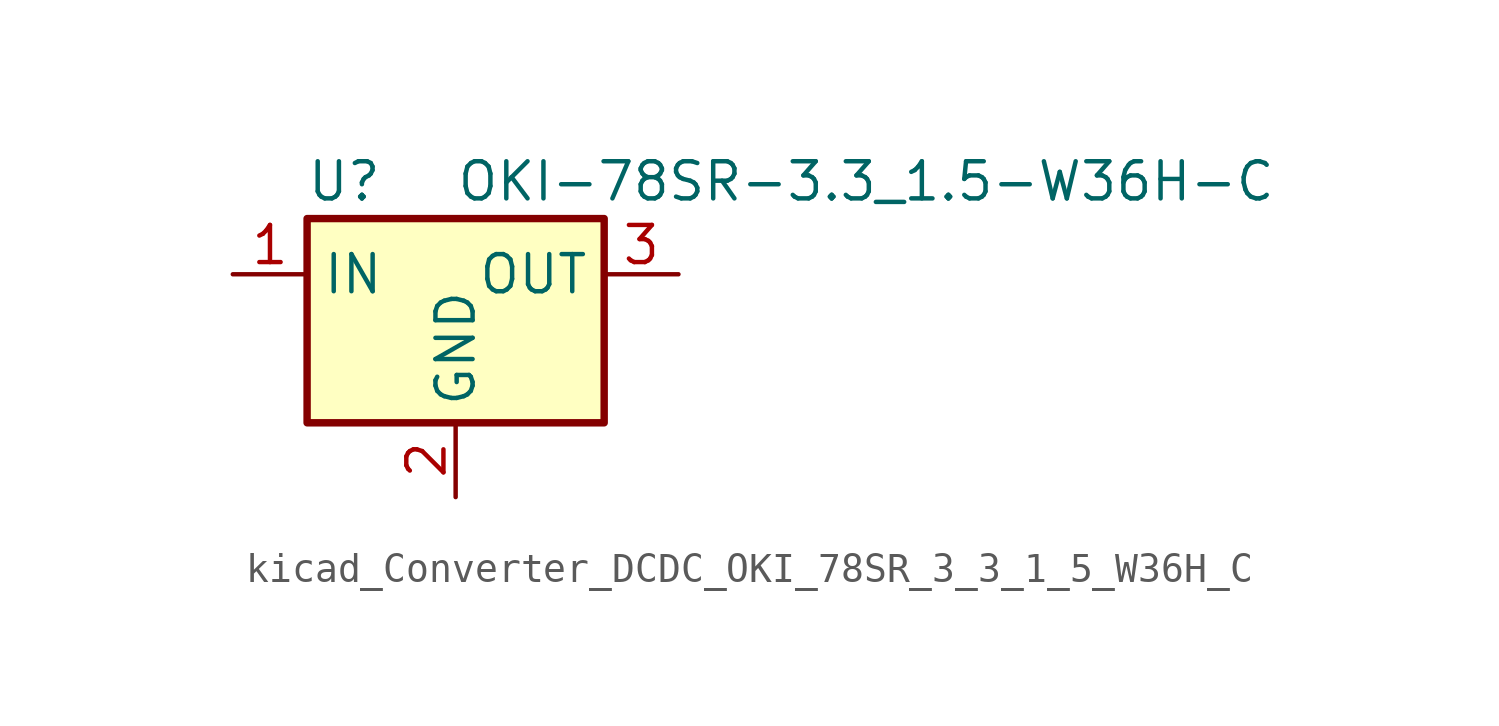
<source format=kicad_sym>
(kicad_symbol_lib
  (version 20220914)
  (generator kicad_symbol_editor)
  (symbol "kicad_Converter_DCDC_OKI_78SR_3_3_1_5_W36H_C"
    (property "Reference" "U"
      (at -3.81 3.175 0)
      (effects (font (size 1.27 1.27))))
    (property "Value" "OKI-78SR-3.3_1.5-W36H-C"
      (at 0 3.175 0)
      (effects (font (size 1.27 1.27)) (justify left)))
    (symbol "kicad_Converter_DCDC_OKI_78SR_3_3_1_5_W36H_C_0_1"
      (rectangle (start -5.08 1.905) (end 5.08 -5.08) (stroke (width 0.254) (type default)) (fill (type background))))
    (symbol "kicad_Converter_DCDC_OKI_78SR_3_3_1_5_W36H_C_1_1"
      (pin power_in line (at -7.62 0 0) (length 2.54) (name "IN" (effects (font (size 1.27 1.27)))) (number "1" (effects (font (size 1.27 1.27)))))
      (pin power_in line (at 0 -7.62 90) (length 2.54) (name "GND" (effects (font (size 1.27 1.27)))) (number "2" (effects (font (size 1.27 1.27)))))
      (pin power_out line (at 7.62 0 180) (length 2.54) (name "OUT" (effects (font (size 1.27 1.27)))) (number "3" (effects (font (size 1.27 1.27))))))))
</source>
